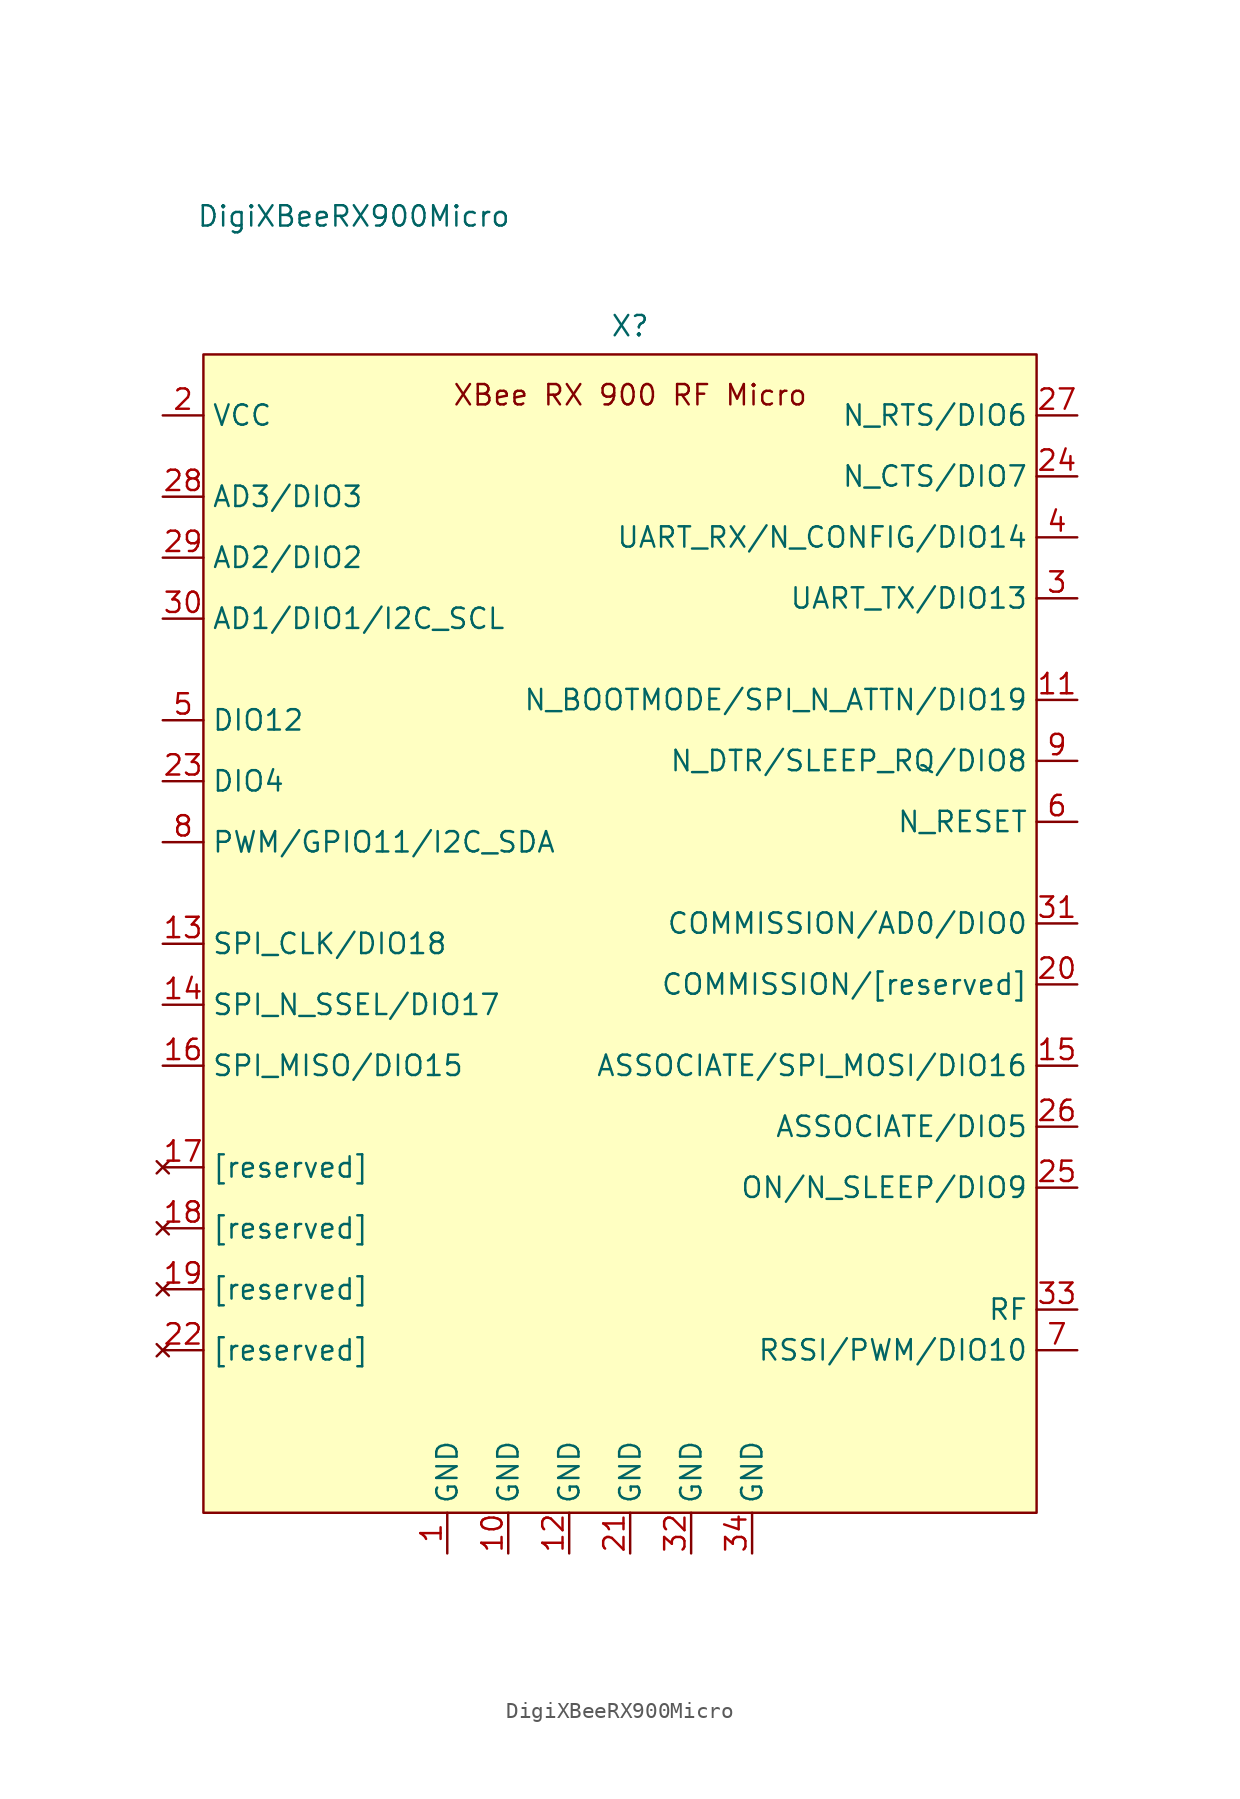
<source format=kicad_sym>
(kicad_symbol_lib
  (version 20231120)
  (generator "kicad_symbol_editor")
  (generator_version "8.0")
  (symbol "DigiXBeeRX900Micro"
    (property "Reference" "X"
      (at 45.72 93.218 0)
      (effects (font (size 1.27 1.27))))
    (property "Value" "DigiXBeeRX900Micro"
      (at 28.448 100.076 0)
      (effects (font (size 1.27 1.27))))
    (symbol "DigiXBeeRX900Micro_0_0"
      (pin power_in line (at 34.29 16.51 90) (length 2.54) (name "GND" (effects (font (size 1.27 1.27)))) (number "1" (effects (font (size 1.27 1.27)))))
      (pin power_in line (at 38.1 16.51 90) (length 2.54) (name "GND" (effects (font (size 1.27 1.27)))) (number "10" (effects (font (size 1.27 1.27)))))
      (pin output line (at 73.66 69.85 180) (length 2.54) (name "N_BOOTMODE/SPI_N_ATTN/DIO19" (effects (font (size 1.27 1.27)))) (number "11" (effects (font (size 1.27 1.27)))))
      (pin power_in line (at 41.91 16.51 90) (length 2.54) (name "GND" (effects (font (size 1.27 1.27)))) (number "12" (effects (font (size 1.27 1.27)))))
      (pin input line (at 16.51 54.61 0) (length 2.54) (name "SPI_CLK/DIO18" (effects (font (size 1.27 1.27)))) (number "13" (effects (font (size 1.27 1.27)))))
      (pin input line (at 16.51 50.8 0) (length 2.54) (name "SPI_N_SSEL/DIO17" (effects (font (size 1.27 1.27)))) (number "14" (effects (font (size 1.27 1.27)))))
      (pin input line (at 73.66 46.99 180) (length 2.54) (name "ASSOCIATE/SPI_MOSI/DIO16" (effects (font (size 1.27 1.27)))) (number "15" (effects (font (size 1.27 1.27)))))
      (pin output line (at 16.51 46.99 0) (length 2.54) (name "SPI_MISO/DIO15" (effects (font (size 1.27 1.27)))) (number "16" (effects (font (size 1.27 1.27)))))
      (pin no_connect line (at 16.51 40.64 0) (length 2.54) (name "[reserved]" (effects (font (size 1.27 1.27)))) (number "17" (effects (font (size 1.27 1.27)))))
      (pin no_connect line (at 16.51 36.83 0) (length 2.54) (name "[reserved]" (effects (font (size 1.27 1.27)))) (number "18" (effects (font (size 1.27 1.27)))))
      (pin no_connect line (at 16.51 33.02 0) (length 2.54) (name "[reserved]" (effects (font (size 1.27 1.27)))) (number "19" (effects (font (size 1.27 1.27)))))
      (pin power_in line (at 16.51 87.63 0) (length 2.54) (name "VCC" (effects (font (size 1.27 1.27)))) (number "2" (effects (font (size 1.27 1.27)))))
      (pin input line (at 73.66 52.07 180) (length 2.54) (name "COMMISSION/[reserved]" (effects (font (size 1.27 1.27)))) (number "20" (effects (font (size 1.27 1.27)))))
      (pin power_in line (at 45.72 16.51 90) (length 2.54) (name "GND" (effects (font (size 1.27 1.27)))) (number "21" (effects (font (size 1.27 1.27)))))
      (pin no_connect line (at 16.51 29.21 0) (length 2.54) (name "[reserved]" (effects (font (size 1.27 1.27)))) (number "22" (effects (font (size 1.27 1.27)))))
      (pin bidirectional line (at 16.51 64.77 0) (length 2.54) (name "DIO4" (effects (font (size 1.27 1.27)))) (number "23" (effects (font (size 1.27 1.27)))))
      (pin output line (at 73.66 83.82 180) (length 2.54) (name "N_CTS/DIO7" (effects (font (size 1.27 1.27)))) (number "24" (effects (font (size 1.27 1.27)))))
      (pin output line (at 73.66 39.37 180) (length 2.54) (name "ON/N_SLEEP/DIO9" (effects (font (size 1.27 1.27)))) (number "25" (effects (font (size 1.27 1.27)))))
      (pin output line (at 73.66 43.18 180) (length 2.54) (name "ASSOCIATE/DIO5" (effects (font (size 1.27 1.27)))) (number "26" (effects (font (size 1.27 1.27)))))
      (pin input line (at 73.66 87.63 180) (length 2.54) (name "N_RTS/DIO6" (effects (font (size 1.27 1.27)))) (number "27" (effects (font (size 1.27 1.27)))))
      (pin bidirectional line (at 16.51 82.55 0) (length 2.54) (name "AD3/DIO3" (effects (font (size 1.27 1.27)))) (number "28" (effects (font (size 1.27 1.27)))))
      (pin bidirectional line (at 16.51 78.74 0) (length 2.54) (name "AD2/DIO2" (effects (font (size 1.27 1.27)))) (number "29" (effects (font (size 1.27 1.27)))))
      (pin bidirectional line (at 73.66 76.2 180) (length 2.54) (name "UART_TX/DIO13" (effects (font (size 1.27 1.27)))) (number "3" (effects (font (size 1.27 1.27)))))
      (pin bidirectional line (at 16.51 74.93 0) (length 2.54) (name "AD1/DIO1/I2C_SCL" (effects (font (size 1.27 1.27)))) (number "30" (effects (font (size 1.27 1.27)))))
      (pin input line (at 73.66 55.88 180) (length 2.54) (name "COMMISSION/AD0/DIO0" (effects (font (size 1.27 1.27)))) (number "31" (effects (font (size 1.27 1.27)))))
      (pin power_in line (at 49.53 16.51 90) (length 2.54) (name "GND" (effects (font (size 1.27 1.27)))) (number "32" (effects (font (size 1.27 1.27)))))
      (pin bidirectional line (at 73.66 31.75 180) (length 2.54) (name "RF" (effects (font (size 1.27 1.27)))) (number "33" (effects (font (size 1.27 1.27)))))
      (pin power_in line (at 53.34 16.51 90) (length 2.54) (name "GND" (effects (font (size 1.27 1.27)))) (number "34" (effects (font (size 1.27 1.27)))))
      (pin bidirectional line (at 73.66 80.01 180) (length 2.54) (name "UART_RX/N_CONFIG/DIO14" (effects (font (size 1.27 1.27)))) (number "4" (effects (font (size 1.27 1.27)))))
      (pin bidirectional line (at 16.51 68.58 0) (length 2.54) (name "DIO12" (effects (font (size 1.27 1.27)))) (number "5" (effects (font (size 1.27 1.27)))))
      (pin input line (at 73.66 62.23 180) (length 2.54) (name "N_RESET" (effects (font (size 1.27 1.27)))) (number "6" (effects (font (size 1.27 1.27)))))
      (pin bidirectional line (at 73.66 29.21 180) (length 2.54) (name "RSSI/PWM/DIO10" (effects (font (size 1.27 1.27)))) (number "7" (effects (font (size 1.27 1.27)))))
      (pin bidirectional line (at 16.51 60.96 0) (length 2.54) (name "PWM/GPIO11/I2C_SDA" (effects (font (size 1.27 1.27)))) (number "8" (effects (font (size 1.27 1.27)))))
      (pin bidirectional line (at 73.66 66.04 180) (length 2.54) (name "N_DTR/SLEEP_RQ/DIO8" (effects (font (size 1.27 1.27)))) (number "9" (effects (font (size 1.27 1.27))))))
    (symbol "DigiXBeeRX900Micro_1_1"
      (polyline (pts (xy 43.18 91.44) (xy 71.12 91.44) (xy 71.12 19.05) (xy 19.05 19.05) (xy 19.05 91.44) (xy 43.18 91.44)) (stroke (width 0) (type default)) (fill (type background)))
      (text "XBee RX 900 RF Micro" (at 45.72 88.9 0) (effects (font (size 1.27 1.27)))))))
</source>
